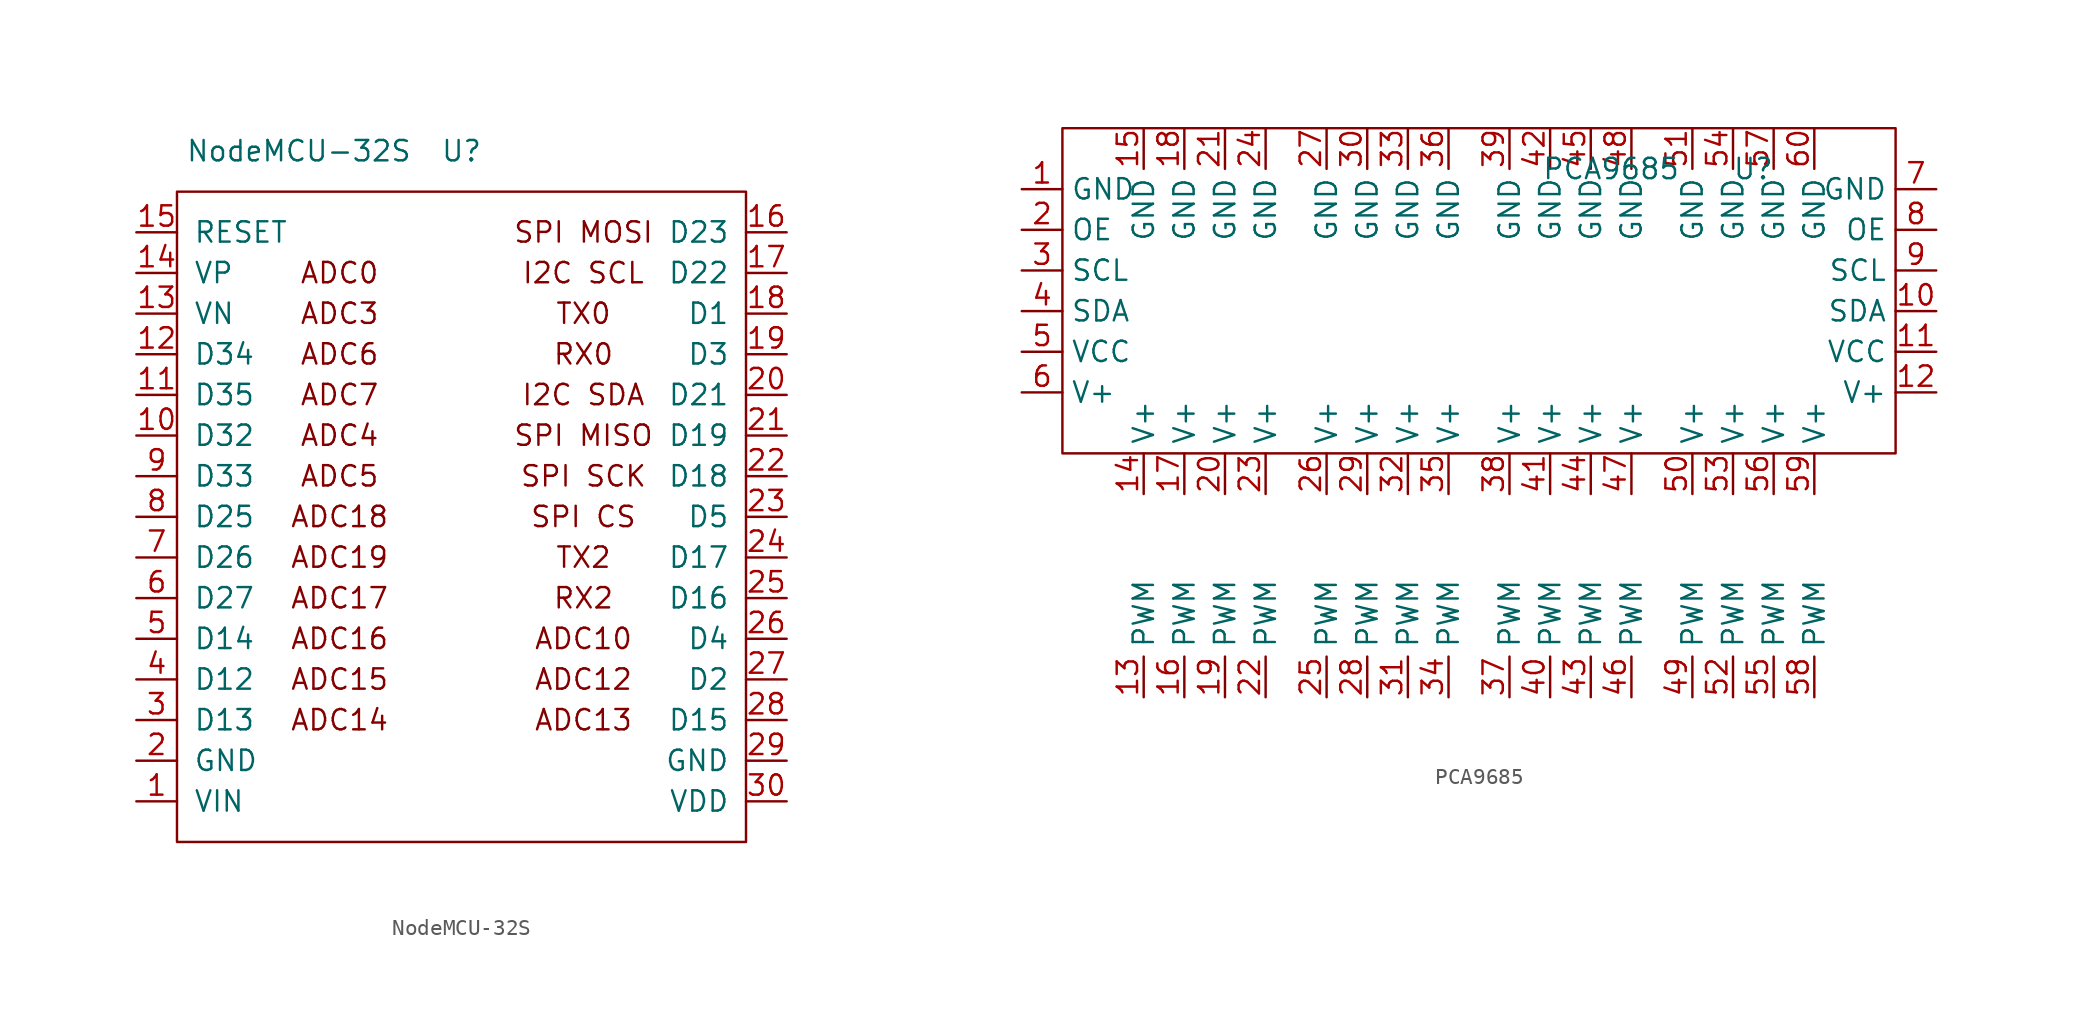
<source format=kicad_sym>
(kicad_symbol_lib
  (version 20211014)
  (generator kicad_symbol_editor)
  (symbol "NodeMCU-32S"
    (pin_names
      (offset 1.016))
    (property "Reference" "U"
      (at 0 22.86 0)
      (effects (font (size 1.27 1.27))))
    (property "Value" "NodeMCU-32S"
      (at -10.16 22.86 0)
      (effects (font (size 1.27 1.27))))
    (symbol "NodeMCU-32S_0_0"
      (text "ADC0" (at -7.62 15.24 0) (effects (font (size 1.27 1.27)))))
    (symbol "NodeMCU-32S_0_1"
      (rectangle (start -17.78 -20.32) (end 17.78 20.32) (stroke (width 0) (type default) (color 0 0 0 0)) (fill (type none))))
    (symbol "NodeMCU-32S_1_1"
      (text "ADC10" (at 7.62 -7.62 0) (effects (font (size 1.27 1.27))))
      (text "ADC12" (at 7.62 -10.16 0) (effects (font (size 1.27 1.27))))
      (text "ADC13" (at 7.62 -12.7 0) (effects (font (size 1.27 1.27))))
      (text "ADC14" (at -7.62 -12.7 0) (effects (font (size 1.27 1.27))))
      (text "ADC15" (at -7.62 -10.16 0) (effects (font (size 1.27 1.27))))
      (text "ADC16" (at -7.62 -7.62 0) (effects (font (size 1.27 1.27))))
      (text "ADC17" (at -7.62 -5.08 0) (effects (font (size 1.27 1.27))))
      (text "ADC18" (at -7.62 0 0) (effects (font (size 1.27 1.27))))
      (text "ADC19" (at -7.62 -2.54 0) (effects (font (size 1.27 1.27))))
      (text "ADC3" (at -7.62 12.7 0) (effects (font (size 1.27 1.27))))
      (text "ADC4" (at -7.62 5.08 0) (effects (font (size 1.27 1.27))))
      (text "ADC5" (at -7.62 2.54 0) (effects (font (size 1.27 1.27))))
      (text "ADC6" (at -7.62 10.16 0) (effects (font (size 1.27 1.27))))
      (text "ADC7" (at -7.62 7.62 0) (effects (font (size 1.27 1.27))))
      (text "I2C SCL" (at 7.62 15.24 0) (effects (font (size 1.27 1.27))))
      (text "I2C SDA" (at 7.62 7.62 0) (effects (font (size 1.27 1.27))))
      (text "RX0" (at 7.62 10.16 0) (effects (font (size 1.27 1.27))))
      (text "RX2" (at 7.62 -5.08 0) (effects (font (size 1.27 1.27))))
      (text "SPI CS" (at 7.62 0 0) (effects (font (size 1.27 1.27))))
      (text "SPI MISO" (at 7.62 5.08 0) (effects (font (size 1.27 1.27))))
      (text "SPI MOSI" (at 7.62 17.78 0) (effects (font (size 1.27 1.27))))
      (text "SPI SCK" (at 7.62 2.54 0) (effects (font (size 1.27 1.27))))
      (text "TX0" (at 7.62 12.7 0) (effects (font (size 1.27 1.27))))
      (text "TX2" (at 7.62 -2.54 0) (effects (font (size 1.27 1.27))))
      (pin input line (at -20.32 -17.78 0) (length 2.54) (name "VIN" (effects (font (size 1.27 1.27)))) (number "1" (effects (font (size 1.27 1.27)))))
      (pin input line (at -20.32 5.08 0) (length 2.54) (name "D32" (effects (font (size 1.27 1.27)))) (number "10" (effects (font (size 1.27 1.27)))))
      (pin input line (at -20.32 7.62 0) (length 2.54) (name "D35" (effects (font (size 1.27 1.27)))) (number "11" (effects (font (size 1.27 1.27)))))
      (pin input line (at -20.32 10.16 0) (length 2.54) (name "D34" (effects (font (size 1.27 1.27)))) (number "12" (effects (font (size 1.27 1.27)))))
      (pin input line (at -20.32 12.7 0) (length 2.54) (name "VN" (effects (font (size 1.27 1.27)))) (number "13" (effects (font (size 1.27 1.27)))))
      (pin input line (at -20.32 15.24 0) (length 2.54) (name "VP" (effects (font (size 1.27 1.27)))) (number "14" (effects (font (size 1.27 1.27)))))
      (pin input line (at -20.32 17.78 0) (length 2.54) (name "RESET" (effects (font (size 1.27 1.27)))) (number "15" (effects (font (size 1.27 1.27)))))
      (pin input line (at 20.32 17.78 180) (length 2.54) (name "D23" (effects (font (size 1.27 1.27)))) (number "16" (effects (font (size 1.27 1.27)))))
      (pin input line (at 20.32 15.24 180) (length 2.54) (name "D22" (effects (font (size 1.27 1.27)))) (number "17" (effects (font (size 1.27 1.27)))))
      (pin input line (at 20.32 12.7 180) (length 2.54) (name "D1" (effects (font (size 1.27 1.27)))) (number "18" (effects (font (size 1.27 1.27)))))
      (pin input line (at 20.32 10.16 180) (length 2.54) (name "D3" (effects (font (size 1.27 1.27)))) (number "19" (effects (font (size 1.27 1.27)))))
      (pin input line (at -20.32 -15.24 0) (length 2.54) (name "GND" (effects (font (size 1.27 1.27)))) (number "2" (effects (font (size 1.27 1.27)))))
      (pin input line (at 20.32 7.62 180) (length 2.54) (name "D21" (effects (font (size 1.27 1.27)))) (number "20" (effects (font (size 1.27 1.27)))))
      (pin input line (at 20.32 5.08 180) (length 2.54) (name "D19" (effects (font (size 1.27 1.27)))) (number "21" (effects (font (size 1.27 1.27)))))
      (pin input line (at 20.32 2.54 180) (length 2.54) (name "D18" (effects (font (size 1.27 1.27)))) (number "22" (effects (font (size 1.27 1.27)))))
      (pin input line (at 20.32 0 180) (length 2.54) (name "D5" (effects (font (size 1.27 1.27)))) (number "23" (effects (font (size 1.27 1.27)))))
      (pin input line (at 20.32 -2.54 180) (length 2.54) (name "D17" (effects (font (size 1.27 1.27)))) (number "24" (effects (font (size 1.27 1.27)))))
      (pin input line (at 20.32 -5.08 180) (length 2.54) (name "D16" (effects (font (size 1.27 1.27)))) (number "25" (effects (font (size 1.27 1.27)))))
      (pin input line (at 20.32 -7.62 180) (length 2.54) (name "D4" (effects (font (size 1.27 1.27)))) (number "26" (effects (font (size 1.27 1.27)))))
      (pin input line (at 20.32 -10.16 180) (length 2.54) (name "D2" (effects (font (size 1.27 1.27)))) (number "27" (effects (font (size 1.27 1.27)))))
      (pin input line (at 20.32 -12.7 180) (length 2.54) (name "D15" (effects (font (size 1.27 1.27)))) (number "28" (effects (font (size 1.27 1.27)))))
      (pin input line (at 20.32 -15.24 180) (length 2.54) (name "GND" (effects (font (size 1.27 1.27)))) (number "29" (effects (font (size 1.27 1.27)))))
      (pin input line (at -20.32 -12.7 0) (length 2.54) (name "D13" (effects (font (size 1.27 1.27)))) (number "3" (effects (font (size 1.27 1.27)))))
      (pin input line (at 20.32 -17.78 180) (length 2.54) (name "VDD" (effects (font (size 1.27 1.27)))) (number "30" (effects (font (size 1.27 1.27)))))
      (pin input line (at -20.32 -10.16 0) (length 2.54) (name "D12" (effects (font (size 1.27 1.27)))) (number "4" (effects (font (size 1.27 1.27)))))
      (pin input line (at -20.32 -7.62 0) (length 2.54) (name "D14" (effects (font (size 1.27 1.27)))) (number "5" (effects (font (size 1.27 1.27)))))
      (pin input line (at -20.32 -5.08 0) (length 2.54) (name "D27" (effects (font (size 1.27 1.27)))) (number "6" (effects (font (size 1.27 1.27)))))
      (pin input line (at -20.32 -2.54 0) (length 2.54) (name "D26" (effects (font (size 1.27 1.27)))) (number "7" (effects (font (size 1.27 1.27)))))
      (pin input line (at -20.32 0 0) (length 2.54) (name "D25" (effects (font (size 1.27 1.27)))) (number "8" (effects (font (size 1.27 1.27)))))
      (pin input line (at -20.32 2.54 0) (length 2.54) (name "D33" (effects (font (size 1.27 1.27)))) (number "9" (effects (font (size 1.27 1.27)))))))
  (symbol "PCA9685"
    (property "Reference" "U"
      (at 17.78 7.62 0)
      (effects (font (size 1.27 1.27))))
    (property "Value" "PCA9685"
      (at 8.89 7.62 0)
      (effects (font (size 1.27 1.27))))
    (symbol "PCA9685_0_1"
      (rectangle (start -25.4 10.16) (end 26.67 -10.16) (stroke (width 0.152) (type default) (color 0 0 0 0)) (fill (type none))))
    (symbol "PCA9685_1_1"
      (pin input line (at -27.94 6.35 0) (length 2.54) (name "GND" (effects (font (size 1.27 1.27)))) (number "1" (effects (font (size 1.27 1.27)))))
      (pin input line (at 29.21 -1.27 180) (length 2.54) (name "SDA" (effects (font (size 1.27 1.27)))) (number "10" (effects (font (size 1.27 1.27)))))
      (pin input line (at 29.21 -3.81 180) (length 2.54) (name "VCC" (effects (font (size 1.27 1.27)))) (number "11" (effects (font (size 1.27 1.27)))))
      (pin input line (at 29.21 -6.35 180) (length 2.54) (name "V+" (effects (font (size 1.27 1.27)))) (number "12" (effects (font (size 1.27 1.27)))))
      (pin input line (at -20.32 -25.4 90) (length 2.54) (name "PWM" (effects (font (size 1.27 1.27)))) (number "13" (effects (font (size 1.27 1.27)))))
      (pin input line (at -20.32 -12.7 90) (length 2.54) (name "V+" (effects (font (size 1.27 1.27)))) (number "14" (effects (font (size 1.27 1.27)))))
      (pin input line (at -20.32 10.16 270) (length 2.54) (name "GND" (effects (font (size 1.27 1.27)))) (number "15" (effects (font (size 1.27 1.27)))))
      (pin input line (at -17.78 -25.4 90) (length 2.54) (name "PWM" (effects (font (size 1.27 1.27)))) (number "16" (effects (font (size 1.27 1.27)))))
      (pin input line (at -17.78 -12.7 90) (length 2.54) (name "V+" (effects (font (size 1.27 1.27)))) (number "17" (effects (font (size 1.27 1.27)))))
      (pin input line (at -17.78 10.16 270) (length 2.54) (name "GND" (effects (font (size 1.27 1.27)))) (number "18" (effects (font (size 1.27 1.27)))))
      (pin input line (at -15.24 -25.4 90) (length 2.54) (name "PWM" (effects (font (size 1.27 1.27)))) (number "19" (effects (font (size 1.27 1.27)))))
      (pin input line (at -27.94 3.81 0) (length 2.54) (name "OE" (effects (font (size 1.27 1.27)))) (number "2" (effects (font (size 1.27 1.27)))))
      (pin input line (at -15.24 -12.7 90) (length 2.54) (name "V+" (effects (font (size 1.27 1.27)))) (number "20" (effects (font (size 1.27 1.27)))))
      (pin input line (at -15.24 10.16 270) (length 2.54) (name "GND" (effects (font (size 1.27 1.27)))) (number "21" (effects (font (size 1.27 1.27)))))
      (pin input line (at -12.7 -25.4 90) (length 2.54) (name "PWM" (effects (font (size 1.27 1.27)))) (number "22" (effects (font (size 1.27 1.27)))))
      (pin input line (at -12.7 -12.7 90) (length 2.54) (name "V+" (effects (font (size 1.27 1.27)))) (number "23" (effects (font (size 1.27 1.27)))))
      (pin input line (at -12.7 10.16 270) (length 2.54) (name "GND" (effects (font (size 1.27 1.27)))) (number "24" (effects (font (size 1.27 1.27)))))
      (pin input line (at -8.89 -25.4 90) (length 2.54) (name "PWM" (effects (font (size 1.27 1.27)))) (number "25" (effects (font (size 1.27 1.27)))))
      (pin input line (at -8.89 -12.7 90) (length 2.54) (name "V+" (effects (font (size 1.27 1.27)))) (number "26" (effects (font (size 1.27 1.27)))))
      (pin input line (at -8.89 10.16 270) (length 2.54) (name "GND" (effects (font (size 1.27 1.27)))) (number "27" (effects (font (size 1.27 1.27)))))
      (pin input line (at -6.35 -25.4 90) (length 2.54) (name "PWM" (effects (font (size 1.27 1.27)))) (number "28" (effects (font (size 1.27 1.27)))))
      (pin input line (at -6.35 -12.7 90) (length 2.54) (name "V+" (effects (font (size 1.27 1.27)))) (number "29" (effects (font (size 1.27 1.27)))))
      (pin input line (at -27.94 1.27 0) (length 2.54) (name "SCL" (effects (font (size 1.27 1.27)))) (number "3" (effects (font (size 1.27 1.27)))))
      (pin input line (at -6.35 10.16 270) (length 2.54) (name "GND" (effects (font (size 1.27 1.27)))) (number "30" (effects (font (size 1.27 1.27)))))
      (pin input line (at -3.81 -25.4 90) (length 2.54) (name "PWM" (effects (font (size 1.27 1.27)))) (number "31" (effects (font (size 1.27 1.27)))))
      (pin input line (at -3.81 -12.7 90) (length 2.54) (name "V+" (effects (font (size 1.27 1.27)))) (number "32" (effects (font (size 1.27 1.27)))))
      (pin input line (at -3.81 10.16 270) (length 2.54) (name "GND" (effects (font (size 1.27 1.27)))) (number "33" (effects (font (size 1.27 1.27)))))
      (pin input line (at -1.27 -25.4 90) (length 2.54) (name "PWM" (effects (font (size 1.27 1.27)))) (number "34" (effects (font (size 1.27 1.27)))))
      (pin input line (at -1.27 -12.7 90) (length 2.54) (name "V+" (effects (font (size 1.27 1.27)))) (number "35" (effects (font (size 1.27 1.27)))))
      (pin input line (at -1.27 10.16 270) (length 2.54) (name "GND" (effects (font (size 1.27 1.27)))) (number "36" (effects (font (size 1.27 1.27)))))
      (pin input line (at 2.54 -25.4 90) (length 2.54) (name "PWM" (effects (font (size 1.27 1.27)))) (number "37" (effects (font (size 1.27 1.27)))))
      (pin input line (at 2.54 -12.7 90) (length 2.54) (name "V+" (effects (font (size 1.27 1.27)))) (number "38" (effects (font (size 1.27 1.27)))))
      (pin input line (at 2.54 10.16 270) (length 2.54) (name "GND" (effects (font (size 1.27 1.27)))) (number "39" (effects (font (size 1.27 1.27)))))
      (pin input line (at -27.94 -1.27 0) (length 2.54) (name "SDA" (effects (font (size 1.27 1.27)))) (number "4" (effects (font (size 1.27 1.27)))))
      (pin input line (at 5.08 -25.4 90) (length 2.54) (name "PWM" (effects (font (size 1.27 1.27)))) (number "40" (effects (font (size 1.27 1.27)))))
      (pin input line (at 5.08 -12.7 90) (length 2.54) (name "V+" (effects (font (size 1.27 1.27)))) (number "41" (effects (font (size 1.27 1.27)))))
      (pin input line (at 5.08 10.16 270) (length 2.54) (name "GND" (effects (font (size 1.27 1.27)))) (number "42" (effects (font (size 1.27 1.27)))))
      (pin input line (at 7.62 -25.4 90) (length 2.54) (name "PWM" (effects (font (size 1.27 1.27)))) (number "43" (effects (font (size 1.27 1.27)))))
      (pin input line (at 7.62 -12.7 90) (length 2.54) (name "V+" (effects (font (size 1.27 1.27)))) (number "44" (effects (font (size 1.27 1.27)))))
      (pin input line (at 7.62 10.16 270) (length 2.54) (name "GND" (effects (font (size 1.27 1.27)))) (number "45" (effects (font (size 1.27 1.27)))))
      (pin input line (at 10.16 -25.4 90) (length 2.54) (name "PWM" (effects (font (size 1.27 1.27)))) (number "46" (effects (font (size 1.27 1.27)))))
      (pin input line (at 10.16 -12.7 90) (length 2.54) (name "V+" (effects (font (size 1.27 1.27)))) (number "47" (effects (font (size 1.27 1.27)))))
      (pin input line (at 10.16 10.16 270) (length 2.54) (name "GND" (effects (font (size 1.27 1.27)))) (number "48" (effects (font (size 1.27 1.27)))))
      (pin input line (at 13.97 -25.4 90) (length 2.54) (name "PWM" (effects (font (size 1.27 1.27)))) (number "49" (effects (font (size 1.27 1.27)))))
      (pin input line (at -27.94 -3.81 0) (length 2.54) (name "VCC" (effects (font (size 1.27 1.27)))) (number "5" (effects (font (size 1.27 1.27)))))
      (pin input line (at 13.97 -12.7 90) (length 2.54) (name "V+" (effects (font (size 1.27 1.27)))) (number "50" (effects (font (size 1.27 1.27)))))
      (pin input line (at 13.97 10.16 270) (length 2.54) (name "GND" (effects (font (size 1.27 1.27)))) (number "51" (effects (font (size 1.27 1.27)))))
      (pin input line (at 16.51 -25.4 90) (length 2.54) (name "PWM" (effects (font (size 1.27 1.27)))) (number "52" (effects (font (size 1.27 1.27)))))
      (pin input line (at 16.51 -12.7 90) (length 2.54) (name "V+" (effects (font (size 1.27 1.27)))) (number "53" (effects (font (size 1.27 1.27)))))
      (pin input line (at 16.51 10.16 270) (length 2.54) (name "GND" (effects (font (size 1.27 1.27)))) (number "54" (effects (font (size 1.27 1.27)))))
      (pin input line (at 19.05 -25.4 90) (length 2.54) (name "PWM" (effects (font (size 1.27 1.27)))) (number "55" (effects (font (size 1.27 1.27)))))
      (pin input line (at 19.05 -12.7 90) (length 2.54) (name "V+" (effects (font (size 1.27 1.27)))) (number "56" (effects (font (size 1.27 1.27)))))
      (pin input line (at 19.05 10.16 270) (length 2.54) (name "GND" (effects (font (size 1.27 1.27)))) (number "57" (effects (font (size 1.27 1.27)))))
      (pin input line (at 21.59 -25.4 90) (length 2.54) (name "PWM" (effects (font (size 1.27 1.27)))) (number "58" (effects (font (size 1.27 1.27)))))
      (pin input line (at 21.59 -12.7 90) (length 2.54) (name "V+" (effects (font (size 1.27 1.27)))) (number "59" (effects (font (size 1.27 1.27)))))
      (pin input line (at -27.94 -6.35 0) (length 2.54) (name "V+" (effects (font (size 1.27 1.27)))) (number "6" (effects (font (size 1.27 1.27)))))
      (pin input line (at 21.59 10.16 270) (length 2.54) (name "GND" (effects (font (size 1.27 1.27)))) (number "60" (effects (font (size 1.27 1.27)))))
      (pin input line (at 29.21 6.35 180) (length 2.54) (name "GND" (effects (font (size 1.27 1.27)))) (number "7" (effects (font (size 1.27 1.27)))))
      (pin input line (at 29.21 3.81 180) (length 2.54) (name "OE" (effects (font (size 1.27 1.27)))) (number "8" (effects (font (size 1.27 1.27)))))
      (pin input line (at 29.21 1.27 180) (length 2.54) (name "SCL" (effects (font (size 1.27 1.27)))) (number "9" (effects (font (size 1.27 1.27))))))))
</source>
